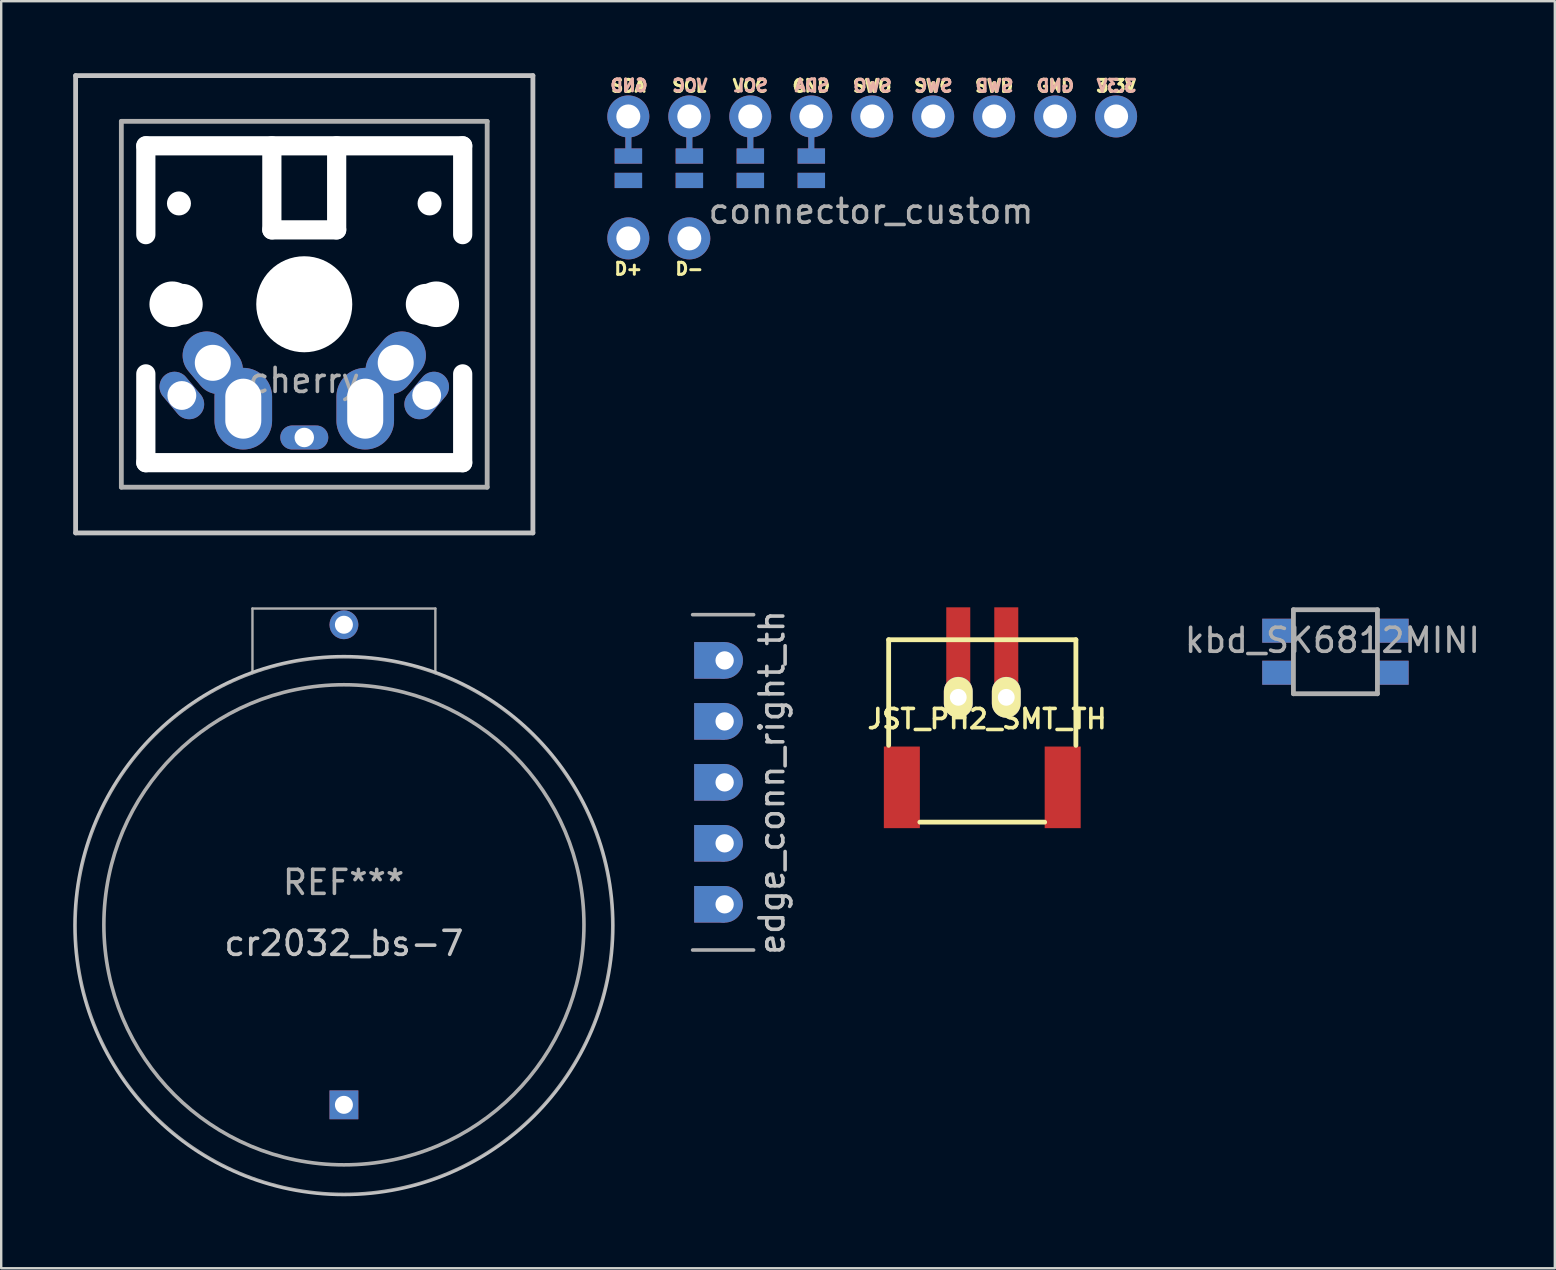
<source format=kicad_pcb>
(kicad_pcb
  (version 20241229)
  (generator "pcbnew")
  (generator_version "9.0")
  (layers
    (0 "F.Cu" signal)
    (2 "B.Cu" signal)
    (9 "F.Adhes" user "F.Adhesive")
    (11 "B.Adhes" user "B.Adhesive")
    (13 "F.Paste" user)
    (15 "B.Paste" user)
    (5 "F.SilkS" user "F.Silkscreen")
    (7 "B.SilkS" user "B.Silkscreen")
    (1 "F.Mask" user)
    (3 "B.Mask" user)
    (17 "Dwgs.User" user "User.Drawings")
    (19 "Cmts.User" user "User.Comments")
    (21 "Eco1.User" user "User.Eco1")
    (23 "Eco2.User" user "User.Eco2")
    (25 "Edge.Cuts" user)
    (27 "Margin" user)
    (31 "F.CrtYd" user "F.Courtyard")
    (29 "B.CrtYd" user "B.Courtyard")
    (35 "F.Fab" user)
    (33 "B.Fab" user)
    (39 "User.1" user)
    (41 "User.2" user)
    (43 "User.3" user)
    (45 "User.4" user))
  (footprint "edge_conn_right_th"
    (layer "F.Cu")
    (at 25.804 29.542)
    (property "Reference" "edge_conn_right_th" (at 3.302 0 90) (layer "Dwgs.User") (effects (font (size 1 1) (thickness 0.15))))
    (attr through_hole)
    (fp_line (start 0 -6.985) (end 2.54 -6.985) (stroke (width 0.15) (type solid)) (layer "F.Fab"))
    (fp_line (start 2.54 6.985) (end 0 6.985) (stroke (width 0.15) (type solid)) (layer "F.Fab"))
    (pad "1" smd rect (at 0.699 -5.08) (size 1.27 1.524) (layers "F.Cu" "F.Mask"))
    (pad "1" smd rect (at 0.699 -5.08) (size 1.27 1.524) (layers "B.Cu" "B.Mask"))
    (pad "1" thru_hole circle (at 1.333 -5.08) (size 1.524 1.524) (drill 0.762) (layers "*.Cu" "*.Mask"))
    (pad "2" smd rect (at 0.699 -2.54) (size 1.27 1.524) (layers "F.Cu" "F.Mask"))
    (pad "2" smd rect (at 0.699 -2.54) (size 1.27 1.524) (layers "B.Cu" "B.Mask"))
    (pad "2" thru_hole circle (at 1.333 -2.54) (size 1.524 1.524) (drill 0.762) (layers "*.Cu" "*.Mask"))
    (pad "3" smd rect (at 0.699 0) (size 1.27 1.524) (layers "F.Cu" "F.Mask"))
    (pad "3" smd rect (at 0.699 0) (size 1.27 1.524) (layers "B.Cu" "B.Mask"))
    (pad "3" thru_hole circle (at 1.333 0) (size 1.524 1.524) (drill 0.762) (layers "*.Cu" "*.Mask"))
    (pad "4" smd rect (at 0.699 2.54) (size 1.27 1.524) (layers "F.Cu" "F.Mask"))
    (pad "4" smd rect (at 0.699 2.54) (size 1.27 1.524) (layers "B.Cu" "B.Mask"))
    (pad "4" thru_hole circle (at 1.333 2.54) (size 1.524 1.524) (drill 0.762) (layers "*.Cu" "*.Mask"))
    (pad "5" smd rect (at 0.699 5.08) (size 1.27 1.524) (layers "F.Cu" "F.Mask"))
    (pad "5" smd rect (at 0.699 5.08) (size 1.27 1.524) (layers "B.Cu" "B.Mask"))
    (pad "5" thru_hole circle (at 1.333 5.08) (size 1.524 1.524) (drill 0.762) (layers "*.Cu" "*.Mask")))
  (footprint "cherry"
    (layer "F.Cu")
    (at 9.625 9.625)
    (property "Reference" "cherry" (at 0 3.175 0) (layer "F.Fab") (effects (font (size 1 1) (thickness 0.15))))
    (attr through_hole)
    (fp_line (start -9.525 -9.525) (end 9.525 -9.525) (stroke (width 0.2) (type solid)) (layer "Dwgs.User"))
    (fp_line (start -9.525 9.525) (end -9.525 -9.525) (stroke (width 0.2) (type solid)) (layer "Dwgs.User"))
    (fp_line (start -9.525 9.525) (end 9.525 9.525) (stroke (width 0.2) (type solid)) (layer "Dwgs.User"))
    (fp_line (start 9.525 -9.525) (end 9.525 9.525) (stroke (width 0.2) (type solid)) (layer "Dwgs.User"))
    (fp_line (start -7.62 -7.62) (end 7.62 -7.62) (stroke (width 0.2) (type solid)) (layer "F.Fab"))
    (fp_line (start -7.62 7.62) (end -7.62 -7.62) (stroke (width 0.2) (type solid)) (layer "F.Fab"))
    (fp_line (start 7.62 -7.62) (end 7.62 7.62) (stroke (width 0.2) (type solid)) (layer "F.Fab"))
    (fp_line (start 7.62 7.62) (end -7.62 7.62) (stroke (width 0.2) (type solid)) (layer "F.Fab"))
    (pad "" np_thru_hole oval (at -6.6 -4.75 180) (size 0.8 4.5) (drill oval 0.8 4.5) (layers "*.Cu" "*.Mask"))
    (pad "" np_thru_hole oval (at -6.6 4.75 90) (size 4.5 0.8) (drill oval 4.5 0.8) (layers "*.Cu" "*.Mask"))
    (pad "" np_thru_hole circle (at -5.5 0 270) (size 1.9 1.9) (drill 1.9) (layers "*.Cu" "*.Mask"))
    (pad "" np_thru_hole circle (at -5.22 -4.2 180) (size 1 1) (drill 1) (layers "*.Cu" "*.Mask"))
    (pad "" np_thru_hole circle (at -5.08 0 180) (size 1.7 1.7) (drill 1.7) (layers "*.Cu" "*.Mask"))
    (pad "" np_thru_hole oval (at -1.35 -4.85 180) (size 0.8 4.3) (drill oval 0.8 4.3) (layers "*.Cu" "*.Mask"))
    (pad "" np_thru_hole oval (at 0 -6.6) (size 14 0.8) (drill oval 14 0.8) (layers "*.Cu" "*.Mask"))
    (pad "" np_thru_hole oval (at 0 -3.1 180) (size 3.5 0.8) (drill oval 3.5 0.8) (layers "*.Cu" "*.Mask"))
    (pad "" np_thru_hole circle (at 0 0 270) (size 4 4) (drill 4) (layers "*.Cu" "*.Mask"))
    (pad "" np_thru_hole oval (at 0 6.6 180) (size 14 0.8) (drill oval 14 0.8) (layers "*.Cu" "*.Mask"))
    (pad "" np_thru_hole oval (at 1.35 -4.85 180) (size 0.8 4.3) (drill oval 0.8 4.3) (layers "*.Cu" "*.Mask"))
    (pad "" np_thru_hole circle (at 5.08 0 180) (size 1.7 1.7) (drill 1.7) (layers "*.Cu" "*.Mask"))
    (pad "" np_thru_hole circle (at 5.22 -4.2 180) (size 1 1) (drill 1) (layers "*.Cu" "*.Mask"))
    (pad "" np_thru_hole circle (at 5.5 0 270) (size 1.9 1.9) (drill 1.9) (layers "*.Cu" "*.Mask"))
    (pad "" np_thru_hole oval (at 6.6 -4.75 90) (size 4.5 0.8) (drill oval 4.5 0.8) (layers "*.Cu" "*.Mask"))
    (pad "" np_thru_hole oval (at 6.6 4.75 90) (size 4.5 0.8) (drill oval 4.5 0.8) (layers "*.Cu" "*.Mask"))
    (pad "1" thru_hole oval (at -5.1 3.8 130) (size 2.2 1.25) (drill 1.2) (layers "*.Cu" "*.Mask"))
    (pad "1" thru_hole oval (at 2.54 4.35 180) (size 2.4 3.4) (drill oval 1.5 2.5) (layers "*.Cu" "*.Mask"))
    (pad "1" thru_hole oval (at 3.81 2.44 230) (size 2.8 2) (drill 1.5) (layers "*.Cu" "*.Mask"))
    (pad "1" thru_hole oval (at 5.1 3.8 230) (size 2.2 1.25) (drill 1.2) (layers "*.Cu" "*.Mask"))
    (pad "2" thru_hole oval (at -3.81 2.44 130) (size 2.8 2) (drill 1.5) (layers "*.Cu" "*.Mask"))
    (pad "2" thru_hole oval (at -2.54 4.35 180) (size 2.4 3.4) (drill oval 1.5 2.5) (layers "*.Cu" "*.Mask"))
    (pad "2" thru_hole oval (at 0 5.55 270) (size 1 2) (drill oval 0.81) (layers "*.Cu" "*.Mask")))
  (footprint "connector_custom"
    (layer "F.Cu")
    (at 33.285 1.801)
    (property "Reference" "connector_custom" (at -0.05 3.95 0) (layer "F.Fab") (effects (font (size 1 1) (thickness 0.15))))
    (attr through_hole)
    (fp_text user "GND" (at -2.54 -1.27 0) (layer "F.SilkS") (effects (font (size 0.5 0.5) (thickness 0.125))))
    (fp_text user "D+" (at -10.16 6.35 0) (layer "F.SilkS") (effects (font (size 0.5 0.5) (thickness 0.125))))
    (fp_text user "GND" (at 7.62 -1.27 0) (layer "F.SilkS") (effects (font (size 0.5 0.5) (thickness 0.125))))
    (fp_text user "SWC" (at 2.54 -1.27 0) (layer "F.SilkS") (effects (font (size 0.5 0.5) (thickness 0.125))))
    (fp_text user "" (at -7.62 5.08 0) (layer "F.SilkS") (effects (font (size 1 1) (thickness 0.15))))
    (fp_text user "" (at 7.62 0 0) (layer "F.SilkS") (effects (font (size 1 1) (thickness 0.15))))
    (fp_text user "" (at -10.16 5.08 0) (layer "F.SilkS") (effects (font (size 1 1) (thickness 0.15))))
    (fp_text user "" (at -7.62 0 0) (layer "F.SilkS") (effects (font (size 1 1) (thickness 0.15))))
    (fp_text user "VCC" (at -5.08 -1.27 0) (layer "F.SilkS") (effects (font (size 0.5 0.5) (thickness 0.125))))
    (fp_text user "SWO" (at 0 -1.27 0) (layer "F.SilkS") (effects (font (size 0.5 0.5) (thickness 0.125))))
    (fp_text user "" (at -10.16 0 0) (layer "F.SilkS") (effects (font (size 1 1) (thickness 0.15))))
    (fp_text user "3.3V" (at 10.16 -1.27 0) (layer "F.SilkS") (effects (font (size 0.5 0.5) (thickness 0.125))))
    (fp_text user "D-" (at -7.62 6.35 0) (layer "F.SilkS") (effects (font (size 0.5 0.5) (thickness 0.125))))
    (fp_text user "SCL" (at -7.62 -1.27 0) (layer "F.SilkS") (effects (font (size 0.5 0.5) (thickness 0.125))))
    (fp_text user "SWD" (at 5.08 -1.27 0) (layer "F.SilkS") (effects (font (size 0.5 0.5) (thickness 0.125))))
    (fp_text user "" (at -5.08 2.794 0) (layer "F.SilkS") (effects (font (size 1 1) (thickness 0.15))))
    (fp_text user "SDA" (at -10.16 -1.27 0) (layer "F.SilkS") (effects (font (size 0.5 0.5) (thickness 0.125))))
    (fp_text user "SDA" (at -2.512 -1.289 180) (layer "B.SilkS") (effects (font (size 0.5 0.5) (thickness 0.125)) (justify mirror)))
    (fp_text user "SWO" (at 0.014 -1.276 0) (layer "B.SilkS") (effects (font (size 0.5 0.5) (thickness 0.125)) (justify mirror)))
    (fp_text user "SCL" (at -5.052 -1.289 180) (layer "B.SilkS") (effects (font (size 0.5 0.5) (thickness 0.125)) (justify mirror)))
    (fp_text user "" (at -7.616 2.792 180) (layer "B.SilkS") (effects (font (size 1 1) (thickness 0.15)) (justify mirror)))
    (fp_text user "GND" (at -10.132 -1.289 180) (layer "B.SilkS") (effects (font (size 0.5 0.5) (thickness 0.125)) (justify mirror)))
    (fp_text user "3.3V" (at 10.174 -1.276 0) (layer "B.SilkS") (effects (font (size 0.5 0.5) (thickness 0.125)) (justify mirror)))
    (fp_text user "SWD" (at 5.094 -1.276 0) (layer "B.SilkS") (effects (font (size 0.5 0.5) (thickness 0.125)) (justify mirror)))
    (fp_text user "SWC" (at 2.554 -1.276 0) (layer "B.SilkS") (effects (font (size 0.5 0.5) (thickness 0.125)) (justify mirror)))
    (fp_text user "VCC" (at -7.592 -1.289 180) (layer "B.SilkS") (effects (font (size 0.5 0.5) (thickness 0.125)) (justify mirror)))
    (fp_text user "GND" (at 7.634 -1.276 0) (layer "B.SilkS") (effects (font (size 0.5 0.5) (thickness 0.125)) (justify mirror)))
    (pad "" thru_hole circle (at -10.16 0) (size 1.75 1.75) (drill 1) (layers "*.Cu" "*.Mask"))
    (pad "" smd rect (at -10.16 1.27) (size 0.25 1.27) (layers "F.Cu"))
    (pad "" smd rect (at -10.16 1.651) (size 1.143 0.635) (layers "F.Cu" "F.Mask" "F.Paste"))
    (pad "" smd rect (at -10.156 1.268 180) (size 0.25 1.27) (layers "B.Cu"))
    (pad "" smd rect (at -10.156 1.649 180) (size 1.143 0.635) (layers "B.Cu" "B.Mask" "B.Paste"))
    (pad "" thru_hole circle (at -7.62 0) (size 1.75 1.75) (drill 1) (layers "*.Cu" "*.Mask"))
    (pad "" smd rect (at -7.62 1.27) (size 0.25 1.27) (layers "F.Cu"))
    (pad "" smd rect (at -7.62 1.651) (size 1.143 0.635) (layers "F.Cu" "F.Mask" "F.Paste"))
    (pad "" smd rect (at -7.616 1.268 180) (size 0.25 1.27) (layers "B.Cu"))
    (pad "" smd rect (at -7.616 1.649 180) (size 1.143 0.635) (layers "B.Cu" "B.Mask" "B.Paste"))
    (pad "" thru_hole circle (at -5.08 0) (size 1.75 1.75) (drill 1) (layers "*.Cu" "*.Mask"))
    (pad "" smd rect (at -5.08 1.27) (size 0.25 1.27) (layers "F.Cu"))
    (pad "" smd rect (at -5.08 1.651) (size 1.143 0.635) (layers "F.Cu" "F.Mask" "F.Paste"))
    (pad "" smd rect (at -5.076 1.268 180) (size 0.25 1.27) (layers "B.Cu"))
    (pad "" smd rect (at -5.076 1.649 180) (size 1.143 0.635) (layers "B.Cu" "B.Mask" "B.Paste"))
    (pad "" thru_hole circle (at -2.54 0) (size 1.75 1.75) (drill 1) (layers "*.Cu" "*.Mask"))
    (pad "" smd rect (at -2.54 1.27) (size 0.25 1.27) (layers "F.Cu"))
    (pad "" smd rect (at -2.54 1.651) (size 1.143 0.635) (layers "F.Cu" "F.Mask" "F.Paste"))
    (pad "" smd rect (at -2.536 1.268 180) (size 0.25 1.27) (layers "B.Cu"))
    (pad "" smd rect (at -2.536 1.649 180) (size 1.143 0.635) (layers "B.Cu" "B.Mask" "B.Paste"))
    (pad "1" smd rect (at -10.16 2.667) (size 1.143 0.635) (layers "F.Cu" "F.Mask" "F.Paste"))
    (pad "1" smd rect (at -2.536 2.665 180) (size 1.143 0.635) (layers "B.Cu" "B.Mask" "B.Paste"))
    (pad "2" smd rect (at -7.62 2.667) (size 1.143 0.635) (layers "F.Cu" "F.Mask" "F.Paste"))
    (pad "2" smd rect (at -5.076 2.665 180) (size 1.143 0.635) (layers "B.Cu" "B.Mask" "B.Paste"))
    (pad "3" smd rect (at -7.616 2.665 180) (size 1.143 0.635) (layers "B.Cu" "B.Mask" "B.Paste"))
    (pad "3" smd rect (at -5.08 2.667) (size 1.143 0.635) (layers "F.Cu" "F.Mask" "F.Paste"))
    (pad "4" smd rect (at -10.156 2.665 180) (size 1.143 0.635) (layers "B.Cu" "B.Mask" "B.Paste"))
    (pad "4" smd rect (at -2.54 2.667) (size 1.143 0.635) (layers "F.Cu" "F.Mask" "F.Paste"))
    (pad "5" thru_hole circle (at 0 0) (size 1.75 1.75) (drill 1) (layers "*.Cu" "*.Mask"))
    (pad "6" thru_hole circle (at 2.54 0) (size 1.75 1.75) (drill 1) (layers "*.Cu" "*.Mask"))
    (pad "7" thru_hole circle (at 5.08 0) (size 1.75 1.75) (drill 1) (layers "*.Cu" "*.Mask"))
    (pad "8" thru_hole circle (at 7.62 0) (size 1.75 1.75) (drill 1) (layers "*.Cu" "*.Mask"))
    (pad "9" thru_hole circle (at 10.16 0) (size 1.75 1.75) (drill 1) (layers "*.Cu" "*.Mask"))
    (pad "10" thru_hole circle (at -10.16 5.08) (size 1.75 1.75) (drill 1) (layers "*.Cu" "*.Mask"))
    (pad "11" thru_hole circle (at -7.62 5.08) (size 1.75 1.75) (drill 1) (layers "*.Cu" "*.Mask")))
  (footprint "cr2032_bs-7"
    (layer "F.Cu")
    (at 11.262 35.615)
    (property "Reference" "cr2032_bs-7" (at 0.015 0.635 180) (layer "Dwgs.User") (effects (font (size 1 1) (thickness 0.15))))
    (attr through_hole)
    (fp_circle (center 0.015 -0.107) (end 0.015 -11.334) (stroke (width 0.1) (type solid)) (fill no) (layer "Dwgs.User"))
    (fp_line (start -3.795 -13.315) (end 3.825 -13.315) (stroke (width 0.1) (type solid)) (layer "F.Fab"))
    (fp_line (start -3.795 -10.622) (end -3.795 -13.315) (stroke (width 0.1) (type solid)) (layer "F.Fab"))
    (fp_line (start 3.825 -10.622) (end 3.825 -13.315) (stroke (width 0.1) (type solid)) (layer "F.Fab"))
    (fp_circle (center 0.015 -0.139) (end 0.015 -10.139) (stroke (width 0.15) (type solid)) (fill no) (layer "F.Fab"))
    (fp_circle (center 0.015 -0.107) (end 0.015 11.069) (stroke (width 0.1) (type solid)) (fill no) (layer "F.Fab"))
    (fp_text user "REF***" (at 0 -1.905 180) (layer "F.Fab") (effects (font (size 1 1) (thickness 0.15))))
    (pad "1" thru_hole circle (at 0.015 -12.639 90) (size 1.2 1.2) (drill 0.75) (layers "*.Cu" "*.Mask"))
    (pad "2" thru_hole rect (at 0.015 7.361 90) (size 1.2 1.2) (drill 0.75) (layers "*.Cu" "*.Mask")))
  (footprint "JST_PH2_SMT_TH"
    (layer "F.Cu")
    (at 36.87 24)
    (property "Reference" "JST_PH2_SMT_TH" (at 1.2 2.9 0) (layer "F.SilkS") (effects (font (size 0.8 0.8) (thickness 0.15))))
    (attr through_hole)
    (fp_line (start -2.9 -0.4) (end -2.9 4) (stroke (width 0.2) (type solid)) (layer "F.SilkS"))
    (fp_line (start -2.9 -0.4) (end 4.9 -0.4) (stroke (width 0.2) (type solid)) (layer "F.SilkS"))
    (fp_line (start 3.6 7.2) (end -1.6 7.2) (stroke (width 0.2) (type solid)) (layer "F.SilkS"))
    (fp_line (start 4.9 -0.4) (end 4.9 4) (stroke (width 0.2) (type solid)) (layer "F.SilkS"))
    (pad "1" smd rect (at 0 0) (size 1 3.5) (layers "F.Cu" "F.Mask" "F.Paste"))
    (pad "1" thru_hole oval (at 0 2) (size 1.2 1.7) (drill 0.7) (layers "*.Cu" "*.Mask" "F.SilkS"))
    (pad "2" smd rect (at 2 0) (size 1 3.5) (layers "F.Cu" "F.Mask" "F.Paste"))
    (pad "2" thru_hole oval (at 2 2) (size 1.2 1.7) (drill 0.7) (layers "*.Cu" "*.Mask" "F.SilkS"))
    (pad "3" smd rect (at -1.6 5.95) (size 1.5 3.4) (drill (offset -0.75 -0.2)) (layers "F.Cu" "F.Mask" "F.Paste"))
    (pad "3" smd rect (at 5.1 5.95) (size 1.5 3.4) (drill (offset -0.75 -0.2)) (layers "F.Cu" "F.Mask" "F.Paste")))
  (footprint "kbd_SK6812MINI"
    (layer "F.Cu")
    (at 52.582 24.18)
    (property "Reference" "kbd_SK6812MINI" (at -0.127 -0.555 0) (layer "F.Fab") (effects (font (size 1 1) (thickness 0.15))))
    (attr through_hole)
    (fp_line (start -1.75 -1.83) (end -1.75 1.67) (stroke (width 0.2) (type solid)) (layer "F.Fab"))
    (fp_line (start -1.75 -1.83) (end 1.75 -1.83) (stroke (width 0.2) (type solid)) (layer "F.Fab"))
    (fp_line (start 1.75 -1.83) (end 1.75 1.67) (stroke (width 0.2) (type solid)) (layer "F.Fab"))
    (fp_line (start 1.75 1.67) (end -1.75 1.67) (stroke (width 0.2) (type solid)) (layer "F.Fab"))
    (pad "1" smd rect (at -2.4 -0.955) (size 1.3 1) (layers "B.Cu" "B.Mask" "B.Paste"))
    (pad "1" smd rect (at -2.4 0.795) (size 1.3 1) (layers "F.Cu" "F.Mask" "F.Paste"))
    (pad "2" smd rect (at -2.4 -0.955) (size 1.3 1) (layers "F.Cu" "F.Mask" "F.Paste"))
    (pad "2" smd rect (at -2.4 0.795) (size 1.3 1) (layers "B.Cu" "B.Mask" "B.Paste"))
    (pad "3" smd rect (at 2.4 -0.955) (size 1.3 1) (layers "F.Cu" "F.Mask" "F.Paste"))
    (pad "3" smd rect (at 2.4 0.795) (size 1.3 1) (layers "B.Cu" "B.Mask" "B.Paste"))
    (pad "4" smd rect (at 2.4 -0.955) (size 1.3 1) (layers "B.Cu" "B.Mask" "B.Paste"))
    (pad "4" smd rect (at 2.4 0.795) (size 1.3 1) (layers "F.Cu" "F.Mask" "F.Paste")))
  (gr_rect
    (start -3 -3)
    (end 61.722 49.785)
    (stroke (width 0.1) (type default))
    (fill no)
    (layer "Edge.Cuts")))
</source>
